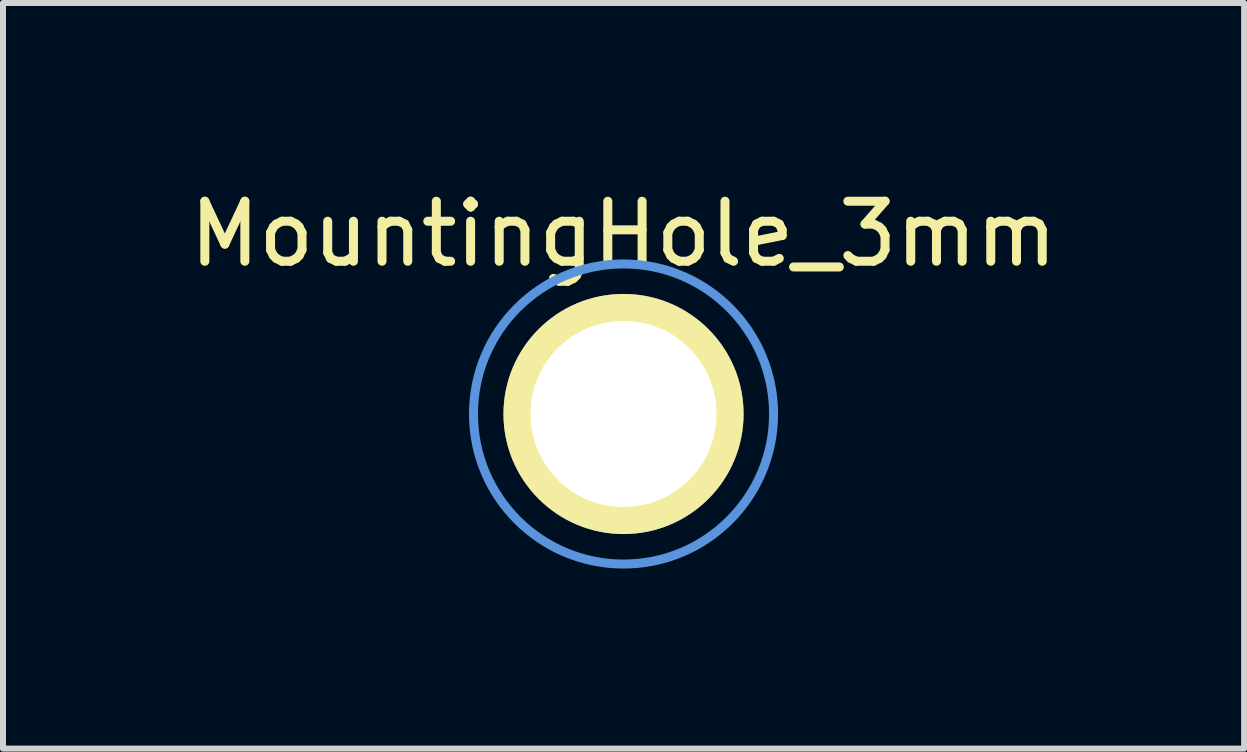
<source format=kicad_pcb>
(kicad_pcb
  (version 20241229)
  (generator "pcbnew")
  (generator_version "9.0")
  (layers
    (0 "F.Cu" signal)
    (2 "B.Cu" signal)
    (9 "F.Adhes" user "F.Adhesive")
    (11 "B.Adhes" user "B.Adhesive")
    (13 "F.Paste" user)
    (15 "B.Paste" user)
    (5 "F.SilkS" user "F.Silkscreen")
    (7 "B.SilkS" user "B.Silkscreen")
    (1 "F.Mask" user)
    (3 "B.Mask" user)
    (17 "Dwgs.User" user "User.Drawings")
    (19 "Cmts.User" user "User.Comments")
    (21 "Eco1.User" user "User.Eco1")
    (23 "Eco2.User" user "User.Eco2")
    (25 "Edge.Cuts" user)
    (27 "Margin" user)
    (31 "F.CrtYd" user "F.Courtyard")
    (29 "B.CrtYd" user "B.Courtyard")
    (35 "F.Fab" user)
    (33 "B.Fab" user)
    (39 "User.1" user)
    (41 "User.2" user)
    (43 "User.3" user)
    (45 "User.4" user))
  (footprint "MountingHole_3mm"
    (layer "F.Cu")
    (at 7.339 3.848)
    (property "Reference" "MountingHole_3mm" (at 0 -3 0) (layer "F.SilkS") (effects (font (size 1 1) (thickness 0.15))))
    (attr through_hole)
    (fp_circle (center 0 0) (end 2 -1.2) (stroke (width 0.15) (type solid)) (fill no) (layer "F.Mask"))
    (fp_circle (center 0 0) (end 2 -1.2) (stroke (width 0.15) (type solid)) (fill no) (layer "B.Mask"))
    (fp_circle (center 0 0) (end 2.5 0) (stroke (width 0.15) (type solid)) (fill no) (layer "Cmts.User"))
    (pad "1" thru_hole circle (at 0 0) (size 4 4) (drill 3.1) (layers "*.Cu" "*.Mask" "F.SilkS")))
  (gr_rect
    (start -3 -3)
    (end 17.679 9.423)
    (stroke (width 0.1) (type default))
    (fill no)
    (layer "Edge.Cuts")))
</source>
